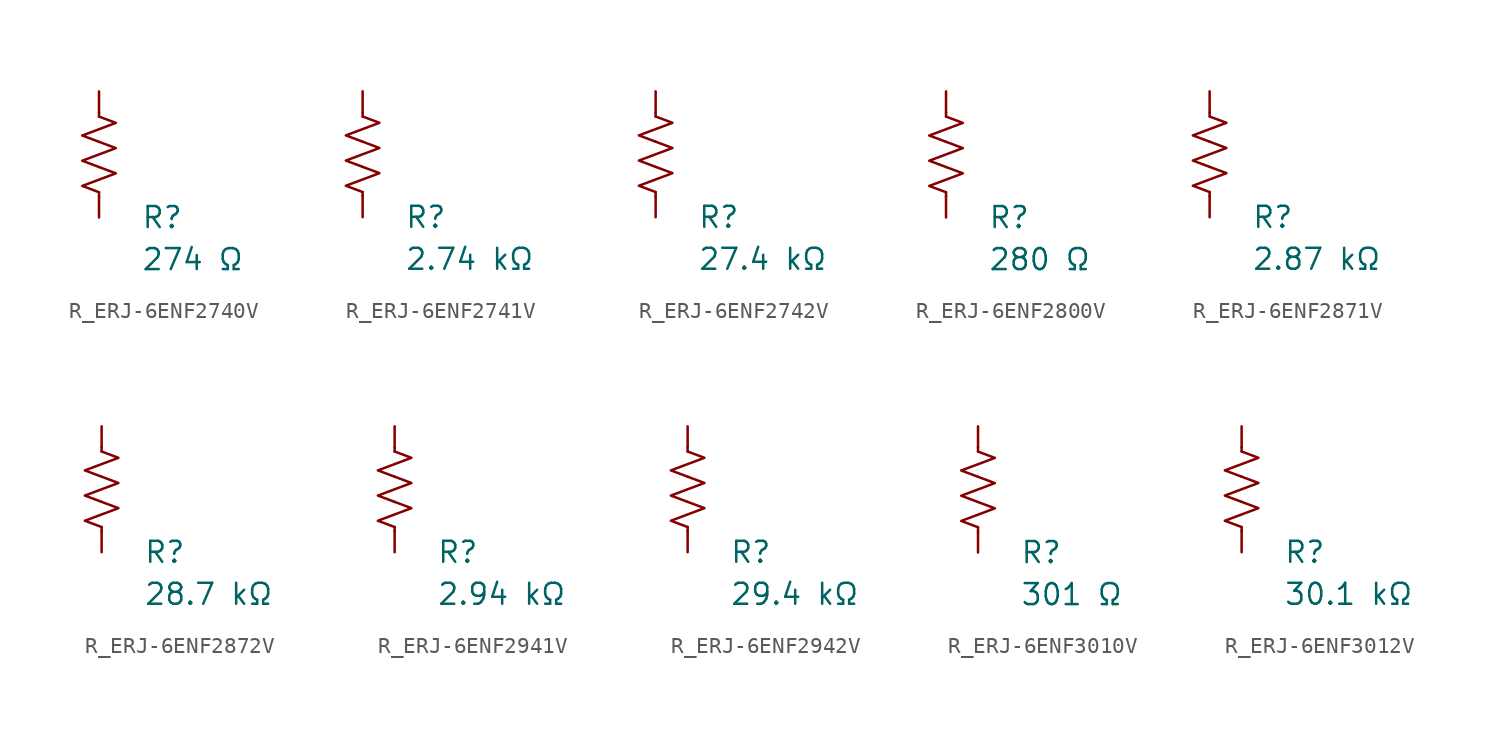
<source format=kicad_sym>
(kicad_symbol_lib
  (version 20231120)
  (generator "kicad_symbol_editor")
  (generator_version "8.0")
  (symbol "R_ERJ-6ENF2740V"
    (pin_numbers hide)
    (pin_names
      (offset 0))
    (property "Reference" "R"
      (at 2.54 -3.81 0)
      (effects (font (size 1.27 1.27)) (justify left))
      (show_name no))
    (property "Value" "274 Ω"
      (at 2.54 -6.35 0)
      (effects (font (size 1.27 1.27)) (justify left))
      (show_name no))
    (symbol "R_ERJ-6ENF2740V_0_1"
      (polyline (pts (xy 0 -2.286) (xy 0 -2.54)) (stroke (width 0) (type default)) (fill (type none)))
      (polyline (pts (xy 0 2.286) (xy 0 2.54)) (stroke (width 0) (type default)) (fill (type none)))
      (polyline (pts (xy 0 -0.762) (xy 1.016 -1.143) (xy 0 -1.524) (xy -1.016 -1.905) (xy 0 -2.286)) (stroke (width 0) (type default)) (fill (type none)))
      (polyline (pts (xy 0 0.762) (xy 1.016 0.381) (xy 0 0) (xy -1.016 -0.381) (xy 0 -0.762)) (stroke (width 0) (type default)) (fill (type none)))
      (polyline (pts (xy 0 2.286) (xy 1.016 1.905) (xy 0 1.524) (xy -1.016 1.143) (xy 0 0.762)) (stroke (width 0) (type default)) (fill (type none))))
    (symbol "R_ERJ-6ENF2740V_1_1"
      (pin passive line (at 0 3.81 270) (length 1.27) (name "~" (effects (font (size 1.27 1.27)))) (number "1" (effects (font (size 1.27 1.27)))))
      (pin passive line (at 0 -3.81 90) (length 1.27) (name "~" (effects (font (size 1.27 1.27)))) (number "2" (effects (font (size 1.27 1.27)))))))
  (symbol "R_ERJ-6ENF2741V"
    (pin_numbers hide)
    (pin_names
      (offset 0))
    (property "Reference" "R"
      (at 2.54 -3.81 0)
      (effects (font (size 1.27 1.27)) (justify left))
      (show_name no))
    (property "Value" "2.74 kΩ"
      (at 2.54 -6.35 0)
      (effects (font (size 1.27 1.27)) (justify left))
      (show_name no))
    (symbol "R_ERJ-6ENF2741V_0_1"
      (polyline (pts (xy 0 -2.286) (xy 0 -2.54)) (stroke (width 0) (type default)) (fill (type none)))
      (polyline (pts (xy 0 2.286) (xy 0 2.54)) (stroke (width 0) (type default)) (fill (type none)))
      (polyline (pts (xy 0 -0.762) (xy 1.016 -1.143) (xy 0 -1.524) (xy -1.016 -1.905) (xy 0 -2.286)) (stroke (width 0) (type default)) (fill (type none)))
      (polyline (pts (xy 0 0.762) (xy 1.016 0.381) (xy 0 0) (xy -1.016 -0.381) (xy 0 -0.762)) (stroke (width 0) (type default)) (fill (type none)))
      (polyline (pts (xy 0 2.286) (xy 1.016 1.905) (xy 0 1.524) (xy -1.016 1.143) (xy 0 0.762)) (stroke (width 0) (type default)) (fill (type none))))
    (symbol "R_ERJ-6ENF2741V_1_1"
      (pin passive line (at 0 3.81 270) (length 1.27) (name "~" (effects (font (size 1.27 1.27)))) (number "1" (effects (font (size 1.27 1.27)))))
      (pin passive line (at 0 -3.81 90) (length 1.27) (name "~" (effects (font (size 1.27 1.27)))) (number "2" (effects (font (size 1.27 1.27)))))))
  (symbol "R_ERJ-6ENF2742V"
    (pin_numbers hide)
    (pin_names
      (offset 0))
    (property "Reference" "R"
      (at 2.54 -3.81 0)
      (effects (font (size 1.27 1.27)) (justify left))
      (show_name no))
    (property "Value" "27.4 kΩ"
      (at 2.54 -6.35 0)
      (effects (font (size 1.27 1.27)) (justify left))
      (show_name no))
    (symbol "R_ERJ-6ENF2742V_0_1"
      (polyline (pts (xy 0 -2.286) (xy 0 -2.54)) (stroke (width 0) (type default)) (fill (type none)))
      (polyline (pts (xy 0 2.286) (xy 0 2.54)) (stroke (width 0) (type default)) (fill (type none)))
      (polyline (pts (xy 0 -0.762) (xy 1.016 -1.143) (xy 0 -1.524) (xy -1.016 -1.905) (xy 0 -2.286)) (stroke (width 0) (type default)) (fill (type none)))
      (polyline (pts (xy 0 0.762) (xy 1.016 0.381) (xy 0 0) (xy -1.016 -0.381) (xy 0 -0.762)) (stroke (width 0) (type default)) (fill (type none)))
      (polyline (pts (xy 0 2.286) (xy 1.016 1.905) (xy 0 1.524) (xy -1.016 1.143) (xy 0 0.762)) (stroke (width 0) (type default)) (fill (type none))))
    (symbol "R_ERJ-6ENF2742V_1_1"
      (pin passive line (at 0 3.81 270) (length 1.27) (name "~" (effects (font (size 1.27 1.27)))) (number "1" (effects (font (size 1.27 1.27)))))
      (pin passive line (at 0 -3.81 90) (length 1.27) (name "~" (effects (font (size 1.27 1.27)))) (number "2" (effects (font (size 1.27 1.27)))))))
  (symbol "R_ERJ-6ENF2800V"
    (pin_numbers hide)
    (pin_names
      (offset 0))
    (property "Reference" "R"
      (at 2.54 -3.81 0)
      (effects (font (size 1.27 1.27)) (justify left))
      (show_name no))
    (property "Value" "280 Ω"
      (at 2.54 -6.35 0)
      (effects (font (size 1.27 1.27)) (justify left))
      (show_name no))
    (symbol "R_ERJ-6ENF2800V_0_1"
      (polyline (pts (xy 0 -2.286) (xy 0 -2.54)) (stroke (width 0) (type default)) (fill (type none)))
      (polyline (pts (xy 0 2.286) (xy 0 2.54)) (stroke (width 0) (type default)) (fill (type none)))
      (polyline (pts (xy 0 -0.762) (xy 1.016 -1.143) (xy 0 -1.524) (xy -1.016 -1.905) (xy 0 -2.286)) (stroke (width 0) (type default)) (fill (type none)))
      (polyline (pts (xy 0 0.762) (xy 1.016 0.381) (xy 0 0) (xy -1.016 -0.381) (xy 0 -0.762)) (stroke (width 0) (type default)) (fill (type none)))
      (polyline (pts (xy 0 2.286) (xy 1.016 1.905) (xy 0 1.524) (xy -1.016 1.143) (xy 0 0.762)) (stroke (width 0) (type default)) (fill (type none))))
    (symbol "R_ERJ-6ENF2800V_1_1"
      (pin passive line (at 0 3.81 270) (length 1.27) (name "~" (effects (font (size 1.27 1.27)))) (number "1" (effects (font (size 1.27 1.27)))))
      (pin passive line (at 0 -3.81 90) (length 1.27) (name "~" (effects (font (size 1.27 1.27)))) (number "2" (effects (font (size 1.27 1.27)))))))
  (symbol "R_ERJ-6ENF2871V"
    (pin_numbers hide)
    (pin_names
      (offset 0))
    (property "Reference" "R"
      (at 2.54 -3.81 0)
      (effects (font (size 1.27 1.27)) (justify left))
      (show_name no))
    (property "Value" "2.87 kΩ"
      (at 2.54 -6.35 0)
      (effects (font (size 1.27 1.27)) (justify left))
      (show_name no))
    (symbol "R_ERJ-6ENF2871V_0_1"
      (polyline (pts (xy 0 -2.286) (xy 0 -2.54)) (stroke (width 0) (type default)) (fill (type none)))
      (polyline (pts (xy 0 2.286) (xy 0 2.54)) (stroke (width 0) (type default)) (fill (type none)))
      (polyline (pts (xy 0 -0.762) (xy 1.016 -1.143) (xy 0 -1.524) (xy -1.016 -1.905) (xy 0 -2.286)) (stroke (width 0) (type default)) (fill (type none)))
      (polyline (pts (xy 0 0.762) (xy 1.016 0.381) (xy 0 0) (xy -1.016 -0.381) (xy 0 -0.762)) (stroke (width 0) (type default)) (fill (type none)))
      (polyline (pts (xy 0 2.286) (xy 1.016 1.905) (xy 0 1.524) (xy -1.016 1.143) (xy 0 0.762)) (stroke (width 0) (type default)) (fill (type none))))
    (symbol "R_ERJ-6ENF2871V_1_1"
      (pin passive line (at 0 3.81 270) (length 1.27) (name "~" (effects (font (size 1.27 1.27)))) (number "1" (effects (font (size 1.27 1.27)))))
      (pin passive line (at 0 -3.81 90) (length 1.27) (name "~" (effects (font (size 1.27 1.27)))) (number "2" (effects (font (size 1.27 1.27)))))))
  (symbol "R_ERJ-6ENF2872V"
    (pin_numbers hide)
    (pin_names
      (offset 0))
    (property "Reference" "R"
      (at 2.54 -3.81 0)
      (effects (font (size 1.27 1.27)) (justify left))
      (show_name no))
    (property "Value" "28.7 kΩ"
      (at 2.54 -6.35 0)
      (effects (font (size 1.27 1.27)) (justify left))
      (show_name no))
    (symbol "R_ERJ-6ENF2872V_0_1"
      (polyline (pts (xy 0 -2.286) (xy 0 -2.54)) (stroke (width 0) (type default)) (fill (type none)))
      (polyline (pts (xy 0 2.286) (xy 0 2.54)) (stroke (width 0) (type default)) (fill (type none)))
      (polyline (pts (xy 0 -0.762) (xy 1.016 -1.143) (xy 0 -1.524) (xy -1.016 -1.905) (xy 0 -2.286)) (stroke (width 0) (type default)) (fill (type none)))
      (polyline (pts (xy 0 0.762) (xy 1.016 0.381) (xy 0 0) (xy -1.016 -0.381) (xy 0 -0.762)) (stroke (width 0) (type default)) (fill (type none)))
      (polyline (pts (xy 0 2.286) (xy 1.016 1.905) (xy 0 1.524) (xy -1.016 1.143) (xy 0 0.762)) (stroke (width 0) (type default)) (fill (type none))))
    (symbol "R_ERJ-6ENF2872V_1_1"
      (pin passive line (at 0 3.81 270) (length 1.27) (name "~" (effects (font (size 1.27 1.27)))) (number "1" (effects (font (size 1.27 1.27)))))
      (pin passive line (at 0 -3.81 90) (length 1.27) (name "~" (effects (font (size 1.27 1.27)))) (number "2" (effects (font (size 1.27 1.27)))))))
  (symbol "R_ERJ-6ENF2941V"
    (pin_numbers hide)
    (pin_names
      (offset 0))
    (property "Reference" "R"
      (at 2.54 -3.81 0)
      (effects (font (size 1.27 1.27)) (justify left))
      (show_name no))
    (property "Value" "2.94 kΩ"
      (at 2.54 -6.35 0)
      (effects (font (size 1.27 1.27)) (justify left))
      (show_name no))
    (symbol "R_ERJ-6ENF2941V_0_1"
      (polyline (pts (xy 0 -2.286) (xy 0 -2.54)) (stroke (width 0) (type default)) (fill (type none)))
      (polyline (pts (xy 0 2.286) (xy 0 2.54)) (stroke (width 0) (type default)) (fill (type none)))
      (polyline (pts (xy 0 -0.762) (xy 1.016 -1.143) (xy 0 -1.524) (xy -1.016 -1.905) (xy 0 -2.286)) (stroke (width 0) (type default)) (fill (type none)))
      (polyline (pts (xy 0 0.762) (xy 1.016 0.381) (xy 0 0) (xy -1.016 -0.381) (xy 0 -0.762)) (stroke (width 0) (type default)) (fill (type none)))
      (polyline (pts (xy 0 2.286) (xy 1.016 1.905) (xy 0 1.524) (xy -1.016 1.143) (xy 0 0.762)) (stroke (width 0) (type default)) (fill (type none))))
    (symbol "R_ERJ-6ENF2941V_1_1"
      (pin passive line (at 0 3.81 270) (length 1.27) (name "~" (effects (font (size 1.27 1.27)))) (number "1" (effects (font (size 1.27 1.27)))))
      (pin passive line (at 0 -3.81 90) (length 1.27) (name "~" (effects (font (size 1.27 1.27)))) (number "2" (effects (font (size 1.27 1.27)))))))
  (symbol "R_ERJ-6ENF2942V"
    (pin_numbers hide)
    (pin_names
      (offset 0))
    (property "Reference" "R"
      (at 2.54 -3.81 0)
      (effects (font (size 1.27 1.27)) (justify left))
      (show_name no))
    (property "Value" "29.4 kΩ"
      (at 2.54 -6.35 0)
      (effects (font (size 1.27 1.27)) (justify left))
      (show_name no))
    (symbol "R_ERJ-6ENF2942V_0_1"
      (polyline (pts (xy 0 -2.286) (xy 0 -2.54)) (stroke (width 0) (type default)) (fill (type none)))
      (polyline (pts (xy 0 2.286) (xy 0 2.54)) (stroke (width 0) (type default)) (fill (type none)))
      (polyline (pts (xy 0 -0.762) (xy 1.016 -1.143) (xy 0 -1.524) (xy -1.016 -1.905) (xy 0 -2.286)) (stroke (width 0) (type default)) (fill (type none)))
      (polyline (pts (xy 0 0.762) (xy 1.016 0.381) (xy 0 0) (xy -1.016 -0.381) (xy 0 -0.762)) (stroke (width 0) (type default)) (fill (type none)))
      (polyline (pts (xy 0 2.286) (xy 1.016 1.905) (xy 0 1.524) (xy -1.016 1.143) (xy 0 0.762)) (stroke (width 0) (type default)) (fill (type none))))
    (symbol "R_ERJ-6ENF2942V_1_1"
      (pin passive line (at 0 3.81 270) (length 1.27) (name "~" (effects (font (size 1.27 1.27)))) (number "1" (effects (font (size 1.27 1.27)))))
      (pin passive line (at 0 -3.81 90) (length 1.27) (name "~" (effects (font (size 1.27 1.27)))) (number "2" (effects (font (size 1.27 1.27)))))))
  (symbol "R_ERJ-6ENF3010V"
    (pin_numbers hide)
    (pin_names
      (offset 0))
    (property "Reference" "R"
      (at 2.54 -3.81 0)
      (effects (font (size 1.27 1.27)) (justify left))
      (show_name no))
    (property "Value" "301 Ω"
      (at 2.54 -6.35 0)
      (effects (font (size 1.27 1.27)) (justify left))
      (show_name no))
    (symbol "R_ERJ-6ENF3010V_0_1"
      (polyline (pts (xy 0 -2.286) (xy 0 -2.54)) (stroke (width 0) (type default)) (fill (type none)))
      (polyline (pts (xy 0 2.286) (xy 0 2.54)) (stroke (width 0) (type default)) (fill (type none)))
      (polyline (pts (xy 0 -0.762) (xy 1.016 -1.143) (xy 0 -1.524) (xy -1.016 -1.905) (xy 0 -2.286)) (stroke (width 0) (type default)) (fill (type none)))
      (polyline (pts (xy 0 0.762) (xy 1.016 0.381) (xy 0 0) (xy -1.016 -0.381) (xy 0 -0.762)) (stroke (width 0) (type default)) (fill (type none)))
      (polyline (pts (xy 0 2.286) (xy 1.016 1.905) (xy 0 1.524) (xy -1.016 1.143) (xy 0 0.762)) (stroke (width 0) (type default)) (fill (type none))))
    (symbol "R_ERJ-6ENF3010V_1_1"
      (pin passive line (at 0 3.81 270) (length 1.27) (name "~" (effects (font (size 1.27 1.27)))) (number "1" (effects (font (size 1.27 1.27)))))
      (pin passive line (at 0 -3.81 90) (length 1.27) (name "~" (effects (font (size 1.27 1.27)))) (number "2" (effects (font (size 1.27 1.27)))))))
  (symbol "R_ERJ-6ENF3012V"
    (pin_numbers hide)
    (pin_names
      (offset 0))
    (property "Reference" "R"
      (at 2.54 -3.81 0)
      (effects (font (size 1.27 1.27)) (justify left))
      (show_name no))
    (property "Value" "30.1 kΩ"
      (at 2.54 -6.35 0)
      (effects (font (size 1.27 1.27)) (justify left))
      (show_name no))
    (symbol "R_ERJ-6ENF3012V_0_1"
      (polyline (pts (xy 0 -2.286) (xy 0 -2.54)) (stroke (width 0) (type default)) (fill (type none)))
      (polyline (pts (xy 0 2.286) (xy 0 2.54)) (stroke (width 0) (type default)) (fill (type none)))
      (polyline (pts (xy 0 -0.762) (xy 1.016 -1.143) (xy 0 -1.524) (xy -1.016 -1.905) (xy 0 -2.286)) (stroke (width 0) (type default)) (fill (type none)))
      (polyline (pts (xy 0 0.762) (xy 1.016 0.381) (xy 0 0) (xy -1.016 -0.381) (xy 0 -0.762)) (stroke (width 0) (type default)) (fill (type none)))
      (polyline (pts (xy 0 2.286) (xy 1.016 1.905) (xy 0 1.524) (xy -1.016 1.143) (xy 0 0.762)) (stroke (width 0) (type default)) (fill (type none))))
    (symbol "R_ERJ-6ENF3012V_1_1"
      (pin passive line (at 0 3.81 270) (length 1.27) (name "~" (effects (font (size 1.27 1.27)))) (number "1" (effects (font (size 1.27 1.27)))))
      (pin passive line (at 0 -3.81 90) (length 1.27) (name "~" (effects (font (size 1.27 1.27)))) (number "2" (effects (font (size 1.27 1.27))))))))
</source>
